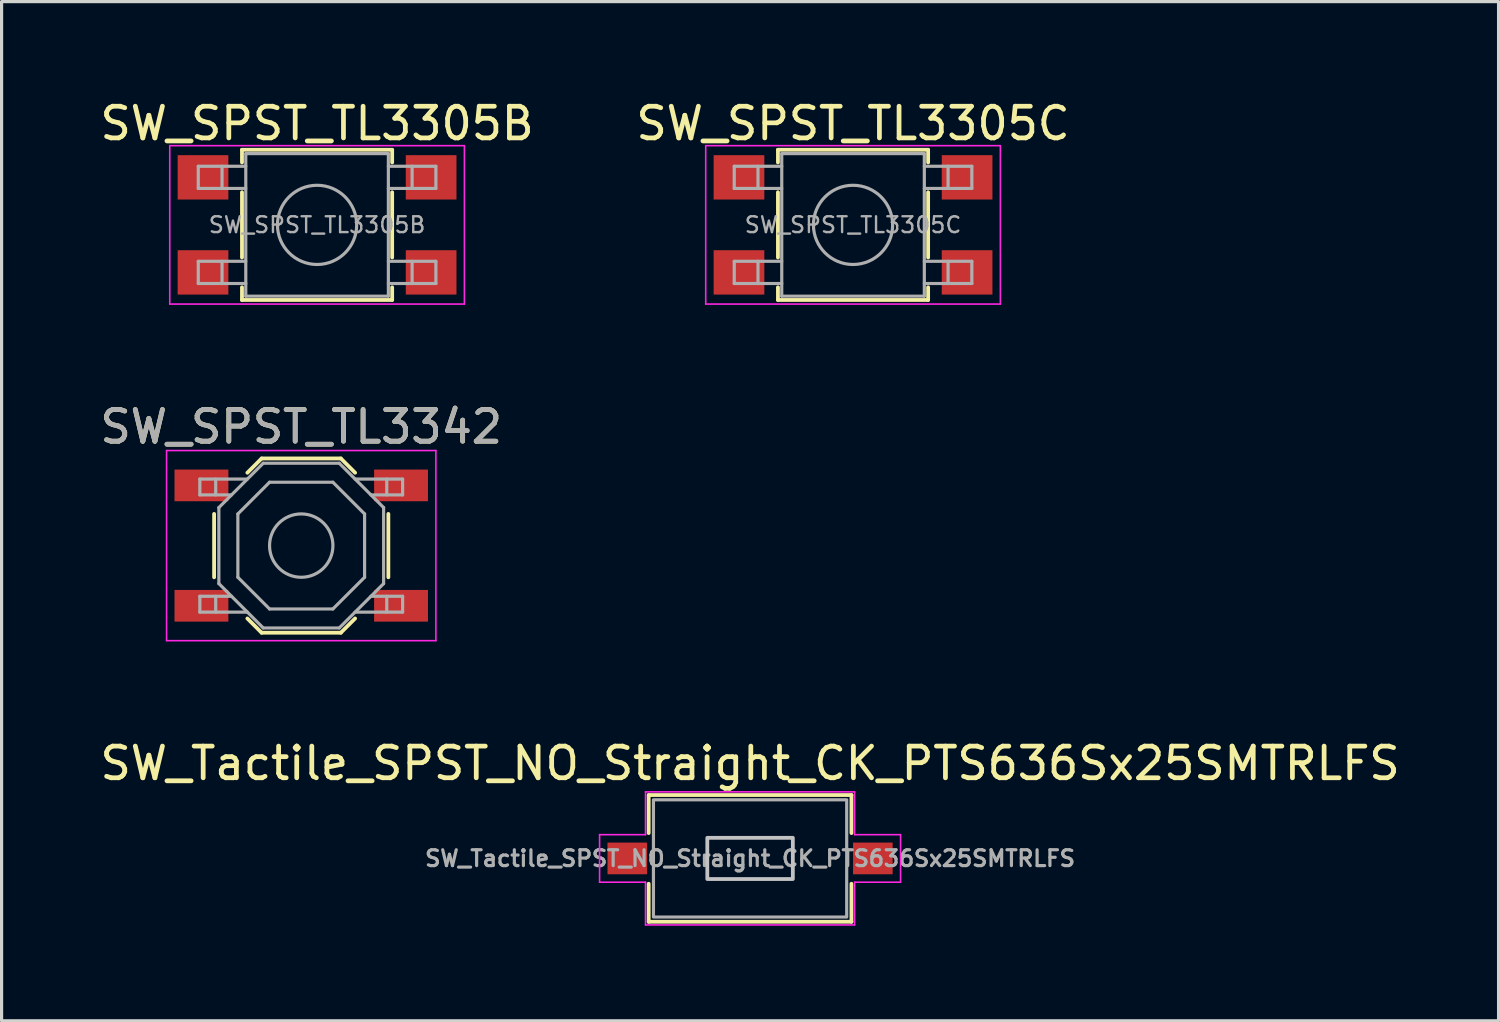
<source format=kicad_pcb>
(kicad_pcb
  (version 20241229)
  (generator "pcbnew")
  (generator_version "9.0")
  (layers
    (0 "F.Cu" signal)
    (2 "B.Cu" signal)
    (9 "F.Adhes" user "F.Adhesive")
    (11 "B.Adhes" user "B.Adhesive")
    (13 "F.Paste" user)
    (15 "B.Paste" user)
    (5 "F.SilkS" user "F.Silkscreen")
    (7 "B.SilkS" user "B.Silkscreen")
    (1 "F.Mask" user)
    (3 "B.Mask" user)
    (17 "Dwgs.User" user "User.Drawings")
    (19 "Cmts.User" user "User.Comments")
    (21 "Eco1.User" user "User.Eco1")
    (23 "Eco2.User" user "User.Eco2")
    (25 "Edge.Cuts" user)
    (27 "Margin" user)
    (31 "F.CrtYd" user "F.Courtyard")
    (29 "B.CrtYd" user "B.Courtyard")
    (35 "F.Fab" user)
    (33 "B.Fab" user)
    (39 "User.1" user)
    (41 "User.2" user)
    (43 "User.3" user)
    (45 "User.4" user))
  (footprint "SW_SPST_TL3305C"
    (layer "F.Cu")
    (at 23.875 4.048)
    (property "Reference" "SW_SPST_TL3305C" (at 0 -3.2 0) (layer "F.SilkS") (effects (font (size 1 1) (thickness 0.15))))
    (attr smd)
    (fp_line (start -2.37 -2.37) (end -2.37 -1.97) (stroke (width 0.12) (type solid)) (layer "F.SilkS"))
    (fp_line (start -2.37 -2.37) (end 2.37 -2.37) (stroke (width 0.12) (type solid)) (layer "F.SilkS"))
    (fp_line (start -2.37 1.03) (end -2.37 -1.03) (stroke (width 0.12) (type solid)) (layer "F.SilkS"))
    (fp_line (start -2.37 2.37) (end -2.37 1.97) (stroke (width 0.12) (type solid)) (layer "F.SilkS"))
    (fp_line (start -2.37 2.37) (end 2.37 2.37) (stroke (width 0.12) (type solid)) (layer "F.SilkS"))
    (fp_line (start 2.37 -2.37) (end 2.37 -1.97) (stroke (width 0.12) (type solid)) (layer "F.SilkS"))
    (fp_line (start 2.37 1.03) (end 2.37 -1.03) (stroke (width 0.12) (type solid)) (layer "F.SilkS"))
    (fp_line (start 2.37 2.37) (end 2.37 1.97) (stroke (width 0.12) (type solid)) (layer "F.SilkS"))
    (fp_line (start -4.65 -2.5) (end 4.65 -2.5) (stroke (width 0.05) (type solid)) (layer "F.CrtYd"))
    (fp_line (start -4.65 2.5) (end -4.65 -2.5) (stroke (width 0.05) (type solid)) (layer "F.CrtYd"))
    (fp_line (start 4.65 -2.5) (end 4.65 2.5) (stroke (width 0.05) (type solid)) (layer "F.CrtYd"))
    (fp_line (start 4.65 2.5) (end -4.65 2.5) (stroke (width 0.05) (type solid)) (layer "F.CrtYd"))
    (fp_line (start -3.75 -1.85) (end -3.75 -1.15) (stroke (width 0.1) (type solid)) (layer "F.Fab"))
    (fp_line (start -3.75 -1.15) (end -2.25 -1.15) (stroke (width 0.1) (type solid)) (layer "F.Fab"))
    (fp_line (start -3.75 1.15) (end -3.75 1.85) (stroke (width 0.1) (type solid)) (layer "F.Fab"))
    (fp_line (start -3.75 1.85) (end -2.25 1.85) (stroke (width 0.1) (type solid)) (layer "F.Fab"))
    (fp_line (start -3 -1.85) (end -3 -1.15) (stroke (width 0.1) (type solid)) (layer "F.Fab"))
    (fp_line (start -3 1.15) (end -3 1.85) (stroke (width 0.1) (type solid)) (layer "F.Fab"))
    (fp_line (start -2.25 -2.25) (end 2.25 -2.25) (stroke (width 0.1) (type solid)) (layer "F.Fab"))
    (fp_line (start -2.25 -1.85) (end -3.75 -1.85) (stroke (width 0.1) (type solid)) (layer "F.Fab"))
    (fp_line (start -2.25 1.15) (end -3.75 1.15) (stroke (width 0.1) (type solid)) (layer "F.Fab"))
    (fp_line (start -2.25 2.25) (end -2.25 -2.25) (stroke (width 0.1) (type solid)) (layer "F.Fab"))
    (fp_line (start 2.25 -2.25) (end 2.25 2.25) (stroke (width 0.1) (type solid)) (layer "F.Fab"))
    (fp_line (start 2.25 -1.15) (end 3.75 -1.15) (stroke (width 0.1) (type solid)) (layer "F.Fab"))
    (fp_line (start 2.25 1.15) (end 3.75 1.15) (stroke (width 0.1) (type solid)) (layer "F.Fab"))
    (fp_line (start 2.25 2.25) (end -2.25 2.25) (stroke (width 0.1) (type solid)) (layer "F.Fab"))
    (fp_line (start 3 -1.85) (end 3 -1.15) (stroke (width 0.1) (type solid)) (layer "F.Fab"))
    (fp_line (start 3 1.15) (end 3 1.85) (stroke (width 0.1) (type solid)) (layer "F.Fab"))
    (fp_line (start 3.75 -1.85) (end 2.25 -1.85) (stroke (width 0.1) (type solid)) (layer "F.Fab"))
    (fp_line (start 3.75 -1.15) (end 3.75 -1.85) (stroke (width 0.1) (type solid)) (layer "F.Fab"))
    (fp_line (start 3.75 1.15) (end 3.75 1.85) (stroke (width 0.1) (type solid)) (layer "F.Fab"))
    (fp_line (start 3.75 1.85) (end 2.25 1.85) (stroke (width 0.1) (type solid)) (layer "F.Fab"))
    (fp_circle (center 0 0) (end 1.25 0) (stroke (width 0.1) (type solid)) (fill no) (layer "F.Fab"))
    (fp_text user "${REFERENCE}" (at 0 0 0) (layer "F.Fab") (effects (font (size 0.5 0.5) (thickness 0.075))))
    (pad "1" smd rect (at -3.6 -1.5) (size 1.6 1.4) (layers "F.Cu" "F.Mask" "F.Paste"))
    (pad "1" smd rect (at 3.6 -1.5) (size 1.6 1.4) (layers "F.Cu" "F.Mask" "F.Paste"))
    (pad "2" smd rect (at -3.6 1.5) (size 1.6 1.4) (layers "F.Cu" "F.Mask" "F.Paste"))
    (pad "2" smd rect (at 3.6 1.5) (size 1.6 1.4) (layers "F.Cu" "F.Mask" "F.Paste")))
  (footprint "SW_Tactile_SPST_NO_Straight_CK_PTS636Sx25SMTRLFS"
    (layer "F.Cu")
    (at 20.625 24.045)
    (property "Reference" "SW_Tactile_SPST_NO_Straight_CK_PTS636Sx25SMTRLFS" (at 0 -3 0) (unlocked yes) (layer "F.SilkS") (effects (font (size 1 1) (thickness 0.15))))
    (attr smd)
    (fp_line (start -3.2 -2) (end -3.2 -0.8) (stroke (width 0.12) (type solid)) (layer "F.SilkS"))
    (fp_line (start -3.2 0.8) (end -3.2 2) (stroke (width 0.12) (type solid)) (layer "F.SilkS"))
    (fp_line (start -3.2 2) (end 3.2 2) (stroke (width 0.12) (type solid)) (layer "F.SilkS"))
    (fp_line (start 3.2 -2) (end -3.2 -2) (stroke (width 0.12) (type solid)) (layer "F.SilkS"))
    (fp_line (start 3.2 -0.8) (end 3.2 -2) (stroke (width 0.12) (type solid)) (layer "F.SilkS"))
    (fp_line (start 3.2 2) (end 3.2 0.8) (stroke (width 0.12) (type solid)) (layer "F.SilkS"))
    (fp_rect (start -1.35 -0.65) (end 1.35 0.65) (stroke (width 0.12) (type solid)) (fill no) (layer "Dwgs.User"))
    (fp_line (start -4.75 -0.75) (end -3.3 -0.75) (stroke (width 0.05) (type solid)) (layer "F.CrtYd"))
    (fp_line (start -4.75 0.75) (end -4.75 -0.75) (stroke (width 0.05) (type solid)) (layer "F.CrtYd"))
    (fp_line (start -3.3 -2.1) (end 3.3 -2.1) (stroke (width 0.05) (type solid)) (layer "F.CrtYd"))
    (fp_line (start -3.3 -0.75) (end -3.3 -2.1) (stroke (width 0.05) (type solid)) (layer "F.CrtYd"))
    (fp_line (start -3.3 0.75) (end -4.75 0.75) (stroke (width 0.05) (type solid)) (layer "F.CrtYd"))
    (fp_line (start -3.3 2.1) (end -3.3 0.75) (stroke (width 0.05) (type solid)) (layer "F.CrtYd"))
    (fp_line (start 3.3 -2.1) (end 3.3 -0.75) (stroke (width 0.05) (type solid)) (layer "F.CrtYd"))
    (fp_line (start 3.3 -0.75) (end 4.75 -0.75) (stroke (width 0.05) (type solid)) (layer "F.CrtYd"))
    (fp_line (start 3.3 0.75) (end 3.3 2.1) (stroke (width 0.05) (type solid)) (layer "F.CrtYd"))
    (fp_line (start 3.3 2.1) (end -3.3 2.1) (stroke (width 0.05) (type solid)) (layer "F.CrtYd"))
    (fp_line (start 4.75 -0.75) (end 4.75 0.75) (stroke (width 0.05) (type solid)) (layer "F.CrtYd"))
    (fp_line (start 4.75 0.75) (end 3.3 0.75) (stroke (width 0.05) (type solid)) (layer "F.CrtYd"))
    (fp_rect (start -3.05 -1.85) (end 3.05 1.85) (stroke (width 0.1) (type solid)) (fill no) (layer "F.Fab"))
    (fp_text user "${REFERENCE}" (at 0 0 0) (unlocked yes) (layer "F.Fab") (effects (font (size 0.5 0.5) (thickness 0.1))))
    (pad "1" smd rect (at -3.875 0) (size 1.25 1) (layers "F.Cu" "F.Mask" "F.Paste"))
    (pad "2" smd rect (at 3.875 0) (size 1.25 1) (layers "F.Cu" "F.Mask" "F.Paste")))
  (footprint "SW_SPST_TL3342"
    (layer "F.Cu")
    (at 6.458 14.171)
    (property "Reference" "SW_SPST_TL3342" (at 0 -3.75 0) (layer "F.SilkS") (effects (font (size 1 1) (thickness 0.15))))
    (attr smd)
    (fp_line (start -2.75 -1) (end -2.75 1) (stroke (width 0.12) (type solid)) (layer "F.SilkS"))
    (fp_line (start -1.7 -2.3) (end -1.25 -2.75) (stroke (width 0.12) (type solid)) (layer "F.SilkS"))
    (fp_line (start -1.7 2.3) (end -1.25 2.75) (stroke (width 0.12) (type solid)) (layer "F.SilkS"))
    (fp_line (start -1.25 -2.75) (end 1.25 -2.75) (stroke (width 0.12) (type solid)) (layer "F.SilkS"))
    (fp_line (start -1.25 2.75) (end 1.25 2.75) (stroke (width 0.12) (type solid)) (layer "F.SilkS"))
    (fp_line (start 1.7 -2.3) (end 1.25 -2.75) (stroke (width 0.12) (type solid)) (layer "F.SilkS"))
    (fp_line (start 1.7 2.3) (end 1.25 2.75) (stroke (width 0.12) (type solid)) (layer "F.SilkS"))
    (fp_line (start 2.75 -1) (end 2.75 1) (stroke (width 0.12) (type solid)) (layer "F.SilkS"))
    (fp_line (start -4.25 -3) (end 4.25 -3) (stroke (width 0.05) (type solid)) (layer "F.CrtYd"))
    (fp_line (start -4.25 3) (end -4.25 -3) (stroke (width 0.05) (type solid)) (layer "F.CrtYd"))
    (fp_line (start 4.25 -3) (end 4.25 3) (stroke (width 0.05) (type solid)) (layer "F.CrtYd"))
    (fp_line (start 4.25 3) (end -4.25 3) (stroke (width 0.05) (type solid)) (layer "F.CrtYd"))
    (fp_line (start -3.2 -2.1) (end -3.2 -1.6) (stroke (width 0.1) (type solid)) (layer "F.Fab"))
    (fp_line (start -3.2 -1.6) (end -2.2 -1.6) (stroke (width 0.1) (type solid)) (layer "F.Fab"))
    (fp_line (start -3.2 1.6) (end -2.2 1.6) (stroke (width 0.1) (type solid)) (layer "F.Fab"))
    (fp_line (start -3.2 2.1) (end -3.2 1.6) (stroke (width 0.1) (type solid)) (layer "F.Fab"))
    (fp_line (start -2.7 -2.1) (end -2.7 -1.6) (stroke (width 0.1) (type solid)) (layer "F.Fab"))
    (fp_line (start -2.7 2.1) (end -2.7 1.6) (stroke (width 0.1) (type solid)) (layer "F.Fab"))
    (fp_line (start -2.6 -1.2) (end -2.6 1.2) (stroke (width 0.1) (type solid)) (layer "F.Fab"))
    (fp_line (start -2.6 1.2) (end -1.2 2.6) (stroke (width 0.1) (type solid)) (layer "F.Fab"))
    (fp_line (start -2 -1) (end -1 -2) (stroke (width 0.1) (type solid)) (layer "F.Fab"))
    (fp_line (start -2 1) (end -2 -1) (stroke (width 0.1) (type solid)) (layer "F.Fab"))
    (fp_line (start -1.7 -2.1) (end -3.2 -2.1) (stroke (width 0.1) (type solid)) (layer "F.Fab"))
    (fp_line (start -1.7 2.1) (end -3.2 2.1) (stroke (width 0.1) (type solid)) (layer "F.Fab"))
    (fp_line (start -1.2 -2.6) (end -2.6 -1.2) (stroke (width 0.1) (type solid)) (layer "F.Fab"))
    (fp_line (start -1.2 2.6) (end 1.2 2.6) (stroke (width 0.1) (type solid)) (layer "F.Fab"))
    (fp_line (start -1 -2) (end 1 -2) (stroke (width 0.1) (type solid)) (layer "F.Fab"))
    (fp_line (start -1 2) (end -2 1) (stroke (width 0.1) (type solid)) (layer "F.Fab"))
    (fp_line (start 1 -2) (end 2 -1) (stroke (width 0.1) (type solid)) (layer "F.Fab"))
    (fp_line (start 1 2) (end -1 2) (stroke (width 0.1) (type solid)) (layer "F.Fab"))
    (fp_line (start 1.2 -2.6) (end -1.2 -2.6) (stroke (width 0.1) (type solid)) (layer "F.Fab"))
    (fp_line (start 1.2 2.6) (end 2.6 1.2) (stroke (width 0.1) (type solid)) (layer "F.Fab"))
    (fp_line (start 1.7 -2.1) (end 3.2 -2.1) (stroke (width 0.1) (type solid)) (layer "F.Fab"))
    (fp_line (start 1.7 2.1) (end 3.2 2.1) (stroke (width 0.1) (type solid)) (layer "F.Fab"))
    (fp_line (start 2 -1) (end 2 1) (stroke (width 0.1) (type solid)) (layer "F.Fab"))
    (fp_line (start 2 1) (end 1 2) (stroke (width 0.1) (type solid)) (layer "F.Fab"))
    (fp_line (start 2.6 -1.2) (end 1.2 -2.6) (stroke (width 0.1) (type solid)) (layer "F.Fab"))
    (fp_line (start 2.6 1.2) (end 2.6 -1.2) (stroke (width 0.1) (type solid)) (layer "F.Fab"))
    (fp_line (start 2.7 -2.1) (end 2.7 -1.6) (stroke (width 0.1) (type solid)) (layer "F.Fab"))
    (fp_line (start 2.7 2.1) (end 2.7 1.6) (stroke (width 0.1) (type solid)) (layer "F.Fab"))
    (fp_line (start 3.2 -2.1) (end 3.2 -1.6) (stroke (width 0.1) (type solid)) (layer "F.Fab"))
    (fp_line (start 3.2 -1.6) (end 2.2 -1.6) (stroke (width 0.1) (type solid)) (layer "F.Fab"))
    (fp_line (start 3.2 1.6) (end 2.2 1.6) (stroke (width 0.1) (type solid)) (layer "F.Fab"))
    (fp_line (start 3.2 2.1) (end 3.2 1.6) (stroke (width 0.1) (type solid)) (layer "F.Fab"))
    (fp_circle (center 0 0) (end 1 0) (stroke (width 0.1) (type solid)) (fill no) (layer "F.Fab"))
    (fp_text user "${REFERENCE}" (at 0 -3.75 0) (layer "F.Fab") (effects (font (size 1 1) (thickness 0.15))))
    (pad "1" smd rect (at -3.15 -1.9) (size 1.7 1) (layers "F.Cu" "F.Mask" "F.Paste"))
    (pad "1" smd rect (at 3.15 -1.9) (size 1.7 1) (layers "F.Cu" "F.Mask" "F.Paste"))
    (pad "2" smd rect (at -3.15 1.9) (size 1.7 1) (layers "F.Cu" "F.Mask" "F.Paste"))
    (pad "2" smd rect (at 3.15 1.9) (size 1.7 1) (layers "F.Cu" "F.Mask" "F.Paste")))
  (footprint "SW_SPST_TL3305B"
    (layer "F.Cu")
    (at 6.958 4.048)
    (property "Reference" "SW_SPST_TL3305B" (at 0 -3.2 0) (layer "F.SilkS") (effects (font (size 1 1) (thickness 0.15))))
    (attr smd)
    (fp_line (start -2.37 -2.37) (end -2.37 -1.97) (stroke (width 0.12) (type solid)) (layer "F.SilkS"))
    (fp_line (start -2.37 -2.37) (end 2.37 -2.37) (stroke (width 0.12) (type solid)) (layer "F.SilkS"))
    (fp_line (start -2.37 1.03) (end -2.37 -1.03) (stroke (width 0.12) (type solid)) (layer "F.SilkS"))
    (fp_line (start -2.37 2.37) (end -2.37 1.97) (stroke (width 0.12) (type solid)) (layer "F.SilkS"))
    (fp_line (start -2.37 2.37) (end 2.37 2.37) (stroke (width 0.12) (type solid)) (layer "F.SilkS"))
    (fp_line (start 2.37 -2.37) (end 2.37 -1.97) (stroke (width 0.12) (type solid)) (layer "F.SilkS"))
    (fp_line (start 2.37 1.03) (end 2.37 -1.03) (stroke (width 0.12) (type solid)) (layer "F.SilkS"))
    (fp_line (start 2.37 2.37) (end 2.37 1.97) (stroke (width 0.12) (type solid)) (layer "F.SilkS"))
    (fp_line (start -4.65 -2.5) (end 4.65 -2.5) (stroke (width 0.05) (type solid)) (layer "F.CrtYd"))
    (fp_line (start -4.65 2.5) (end -4.65 -2.5) (stroke (width 0.05) (type solid)) (layer "F.CrtYd"))
    (fp_line (start 4.65 -2.5) (end 4.65 2.5) (stroke (width 0.05) (type solid)) (layer "F.CrtYd"))
    (fp_line (start 4.65 2.5) (end -4.65 2.5) (stroke (width 0.05) (type solid)) (layer "F.CrtYd"))
    (fp_line (start -3.75 -1.85) (end -3.75 -1.15) (stroke (width 0.1) (type solid)) (layer "F.Fab"))
    (fp_line (start -3.75 -1.15) (end -2.25 -1.15) (stroke (width 0.1) (type solid)) (layer "F.Fab"))
    (fp_line (start -3.75 1.15) (end -3.75 1.85) (stroke (width 0.1) (type solid)) (layer "F.Fab"))
    (fp_line (start -3.75 1.85) (end -2.25 1.85) (stroke (width 0.1) (type solid)) (layer "F.Fab"))
    (fp_line (start -3 -1.85) (end -3 -1.15) (stroke (width 0.1) (type solid)) (layer "F.Fab"))
    (fp_line (start -3 1.15) (end -3 1.85) (stroke (width 0.1) (type solid)) (layer "F.Fab"))
    (fp_line (start -2.25 -2.25) (end 2.25 -2.25) (stroke (width 0.1) (type solid)) (layer "F.Fab"))
    (fp_line (start -2.25 -1.85) (end -3.75 -1.85) (stroke (width 0.1) (type solid)) (layer "F.Fab"))
    (fp_line (start -2.25 1.15) (end -3.75 1.15) (stroke (width 0.1) (type solid)) (layer "F.Fab"))
    (fp_line (start -2.25 2.25) (end -2.25 -2.25) (stroke (width 0.1) (type solid)) (layer "F.Fab"))
    (fp_line (start 2.25 -2.25) (end 2.25 2.25) (stroke (width 0.1) (type solid)) (layer "F.Fab"))
    (fp_line (start 2.25 -1.15) (end 3.75 -1.15) (stroke (width 0.1) (type solid)) (layer "F.Fab"))
    (fp_line (start 2.25 1.15) (end 3.75 1.15) (stroke (width 0.1) (type solid)) (layer "F.Fab"))
    (fp_line (start 2.25 2.25) (end -2.25 2.25) (stroke (width 0.1) (type solid)) (layer "F.Fab"))
    (fp_line (start 3 -1.85) (end 3 -1.15) (stroke (width 0.1) (type solid)) (layer "F.Fab"))
    (fp_line (start 3 1.15) (end 3 1.85) (stroke (width 0.1) (type solid)) (layer "F.Fab"))
    (fp_line (start 3.75 -1.85) (end 2.25 -1.85) (stroke (width 0.1) (type solid)) (layer "F.Fab"))
    (fp_line (start 3.75 -1.15) (end 3.75 -1.85) (stroke (width 0.1) (type solid)) (layer "F.Fab"))
    (fp_line (start 3.75 1.15) (end 3.75 1.85) (stroke (width 0.1) (type solid)) (layer "F.Fab"))
    (fp_line (start 3.75 1.85) (end 2.25 1.85) (stroke (width 0.1) (type solid)) (layer "F.Fab"))
    (fp_circle (center 0 0) (end 1.25 0) (stroke (width 0.1) (type solid)) (fill no) (layer "F.Fab"))
    (fp_text user "${REFERENCE}" (at 0 0 0) (layer "F.Fab") (effects (font (size 0.5 0.5) (thickness 0.075))))
    (pad "1" smd rect (at -3.6 -1.5) (size 1.6 1.4) (layers "F.Cu" "F.Mask" "F.Paste"))
    (pad "1" smd rect (at 3.6 -1.5) (size 1.6 1.4) (layers "F.Cu" "F.Mask" "F.Paste"))
    (pad "2" smd rect (at -3.6 1.5) (size 1.6 1.4) (layers "F.Cu" "F.Mask" "F.Paste"))
    (pad "2" smd rect (at 3.6 1.5) (size 1.6 1.4) (layers "F.Cu" "F.Mask" "F.Paste")))
  (gr_rect
    (start -3 -3)
    (end 44.25 29.17)
    (stroke (width 0.1) (type default))
    (fill no)
    (layer "Edge.Cuts")))
</source>
